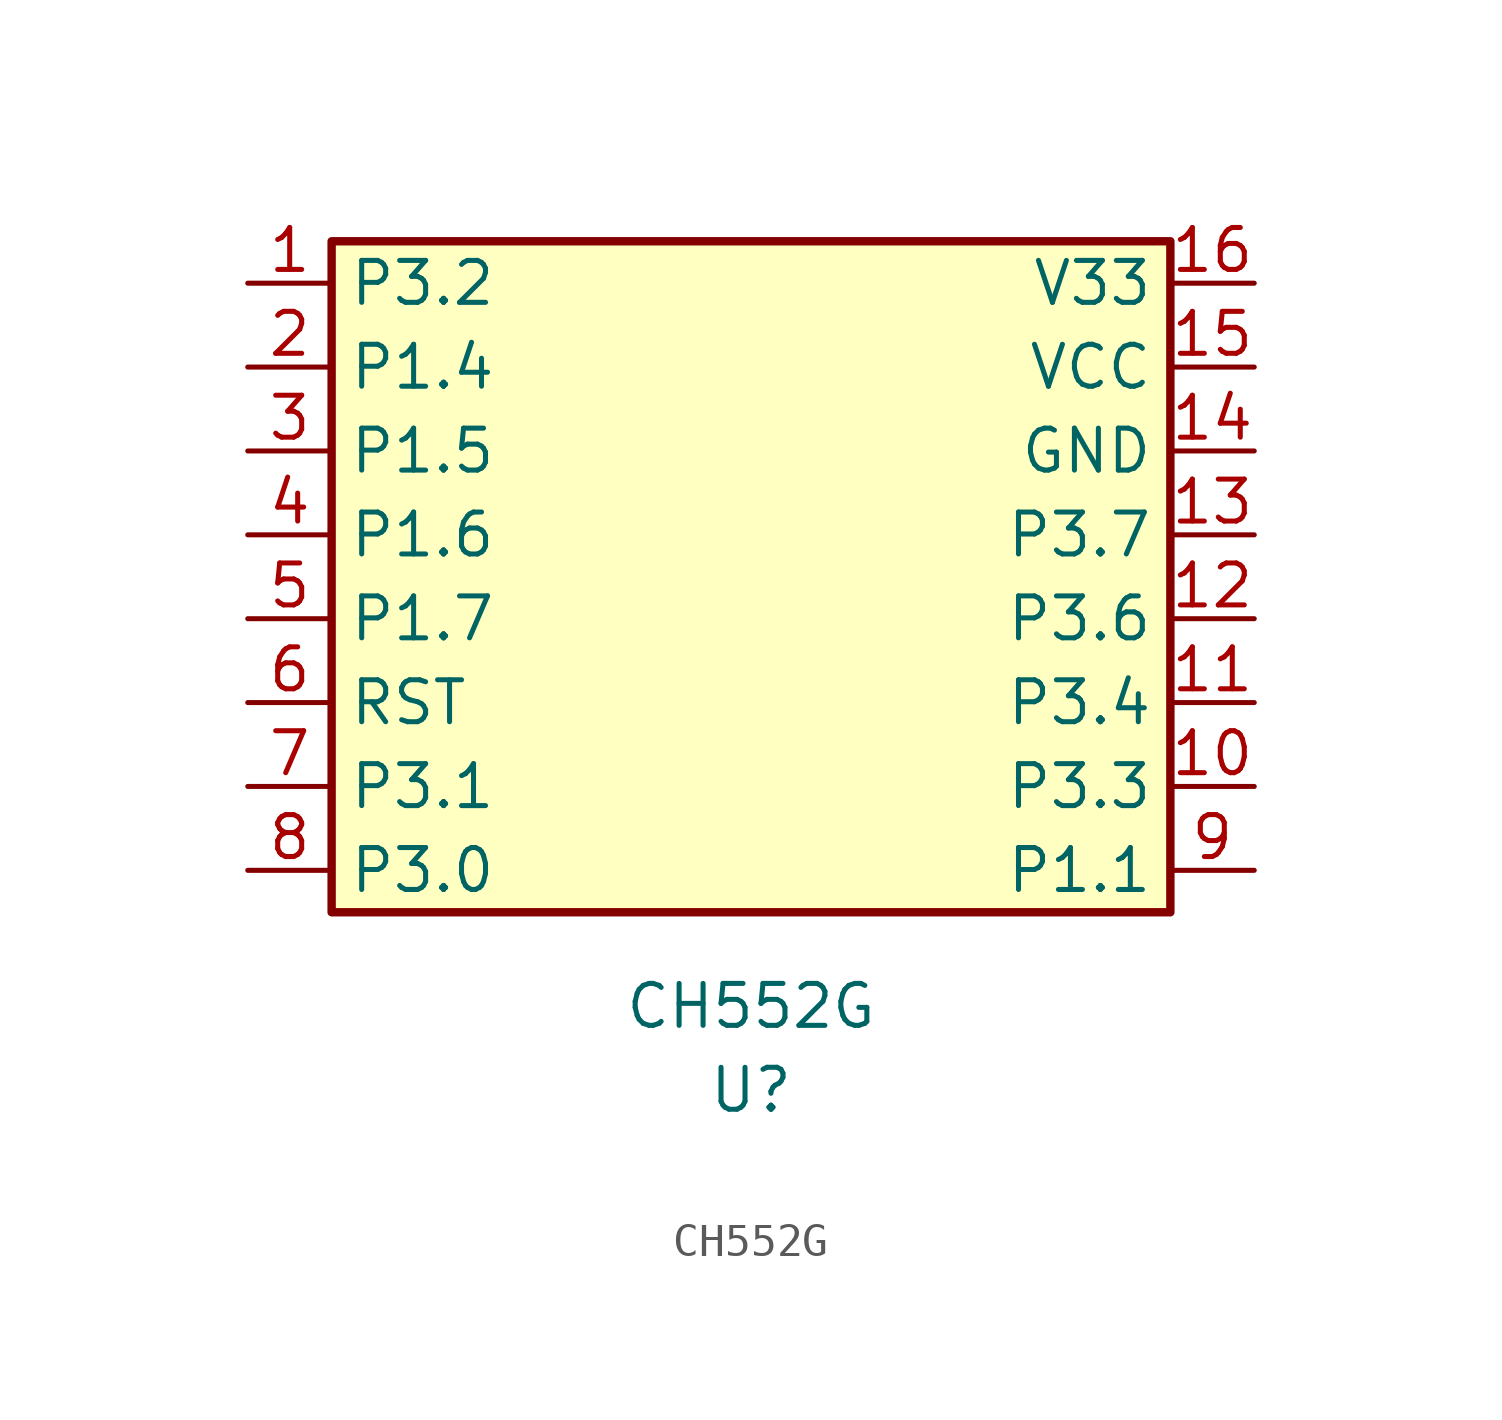
<source format=kicad_sym>
(kicad_symbol_lib
  (version 20211014)
  (generator kicad_symbol_editor)
  (symbol "CH552G"
    (property "Reference" "U"
      (at 0 -15.545 0)
      (effects (font (size 1.27 1.27))))
    (property "Value" "CH552G"
      (at 0 -13.005 0)
      (effects (font (size 1.27 1.27))))
    (symbol "CH552G_0_1"
      (rectangle (start -12.7 10.16) (end 12.7 -10.16) (stroke (width 0.254) (type default) (color 0 0 0 0)) (fill (type background))))
    (symbol "CH552G_1_1"
      (pin bidirectional line (at -15.24 8.89 0) (length 2.54) (name "P3.2" (effects (font (size 1.27 1.27)))) (number "1" (effects (font (size 1.27 1.27)))))
      (pin bidirectional line (at 15.24 -6.35 180) (length 2.54) (name "P3.3" (effects (font (size 1.27 1.27)))) (number "10" (effects (font (size 1.27 1.27)))))
      (pin bidirectional line (at 15.24 -3.81 180) (length 2.54) (name "P3.4" (effects (font (size 1.27 1.27)))) (number "11" (effects (font (size 1.27 1.27)))))
      (pin bidirectional line (at 15.24 -1.27 180) (length 2.54) (name "P3.6" (effects (font (size 1.27 1.27)))) (number "12" (effects (font (size 1.27 1.27)))))
      (pin bidirectional line (at 15.24 1.27 180) (length 2.54) (name "P3.7" (effects (font (size 1.27 1.27)))) (number "13" (effects (font (size 1.27 1.27)))))
      (pin power_in line (at 15.24 3.81 180) (length 2.54) (name "GND" (effects (font (size 1.27 1.27)))) (number "14" (effects (font (size 1.27 1.27)))))
      (pin power_in line (at 15.24 6.35 180) (length 2.54) (name "VCC" (effects (font (size 1.27 1.27)))) (number "15" (effects (font (size 1.27 1.27)))))
      (pin passive line (at 15.24 8.89 180) (length 2.54) (name "V33" (effects (font (size 1.27 1.27)))) (number "16" (effects (font (size 1.27 1.27)))))
      (pin bidirectional line (at -15.24 6.35 0) (length 2.54) (name "P1.4" (effects (font (size 1.27 1.27)))) (number "2" (effects (font (size 1.27 1.27)))))
      (pin bidirectional line (at -15.24 3.81 0) (length 2.54) (name "P1.5" (effects (font (size 1.27 1.27)))) (number "3" (effects (font (size 1.27 1.27)))))
      (pin bidirectional line (at -15.24 1.27 0) (length 2.54) (name "P1.6" (effects (font (size 1.27 1.27)))) (number "4" (effects (font (size 1.27 1.27)))))
      (pin bidirectional line (at -15.24 -1.27 0) (length 2.54) (name "P1.7" (effects (font (size 1.27 1.27)))) (number "5" (effects (font (size 1.27 1.27)))))
      (pin output line (at -15.24 -3.81 0) (length 2.54) (name "RST" (effects (font (size 1.27 1.27)))) (number "6" (effects (font (size 1.27 1.27)))))
      (pin bidirectional line (at -15.24 -6.35 0) (length 2.54) (name "P3.1" (effects (font (size 1.27 1.27)))) (number "7" (effects (font (size 1.27 1.27)))))
      (pin bidirectional line (at -15.24 -8.89 0) (length 2.54) (name "P3.0" (effects (font (size 1.27 1.27)))) (number "8" (effects (font (size 1.27 1.27)))))
      (pin bidirectional line (at 15.24 -8.89 180) (length 2.54) (name "P1.1" (effects (font (size 1.27 1.27)))) (number "9" (effects (font (size 1.27 1.27))))))))
</source>
